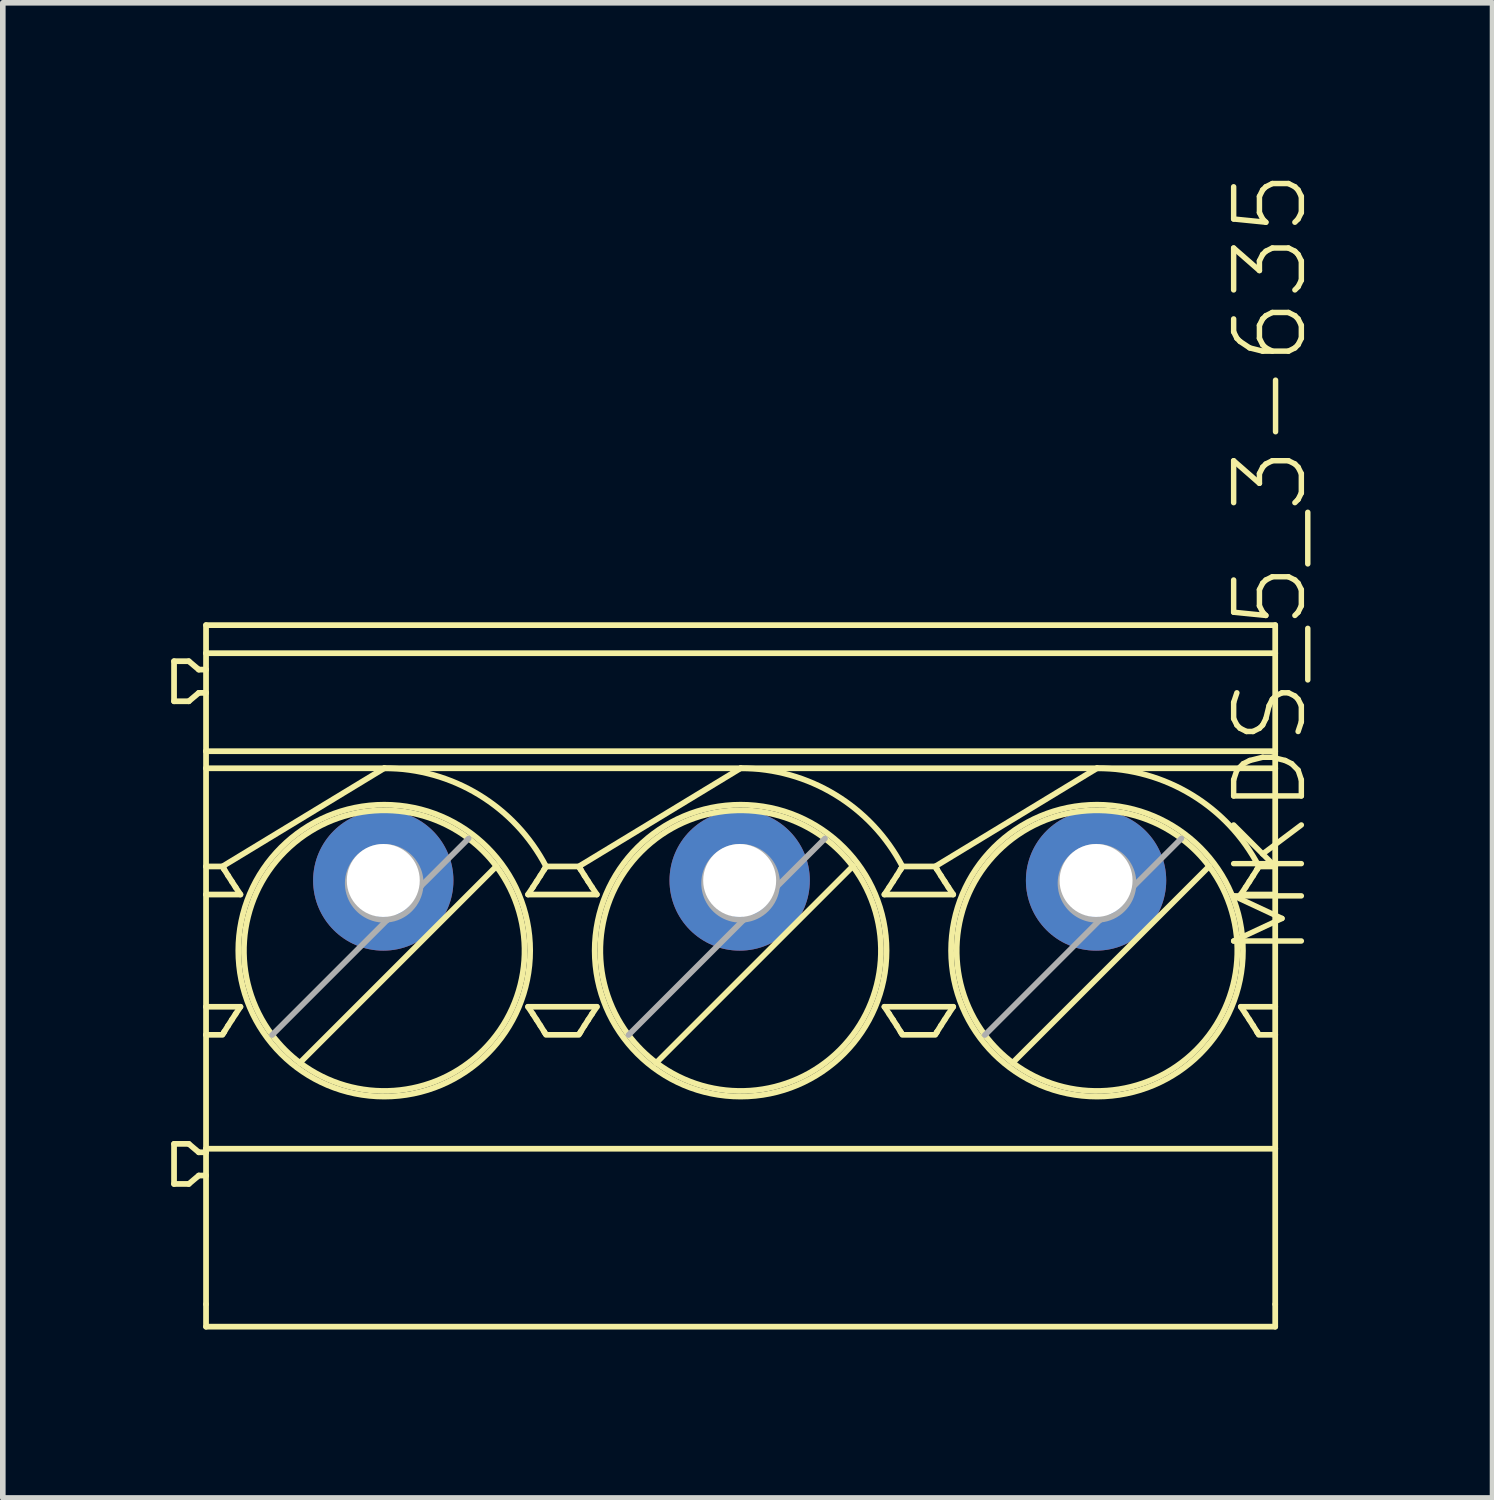
<source format=kicad_pcb>
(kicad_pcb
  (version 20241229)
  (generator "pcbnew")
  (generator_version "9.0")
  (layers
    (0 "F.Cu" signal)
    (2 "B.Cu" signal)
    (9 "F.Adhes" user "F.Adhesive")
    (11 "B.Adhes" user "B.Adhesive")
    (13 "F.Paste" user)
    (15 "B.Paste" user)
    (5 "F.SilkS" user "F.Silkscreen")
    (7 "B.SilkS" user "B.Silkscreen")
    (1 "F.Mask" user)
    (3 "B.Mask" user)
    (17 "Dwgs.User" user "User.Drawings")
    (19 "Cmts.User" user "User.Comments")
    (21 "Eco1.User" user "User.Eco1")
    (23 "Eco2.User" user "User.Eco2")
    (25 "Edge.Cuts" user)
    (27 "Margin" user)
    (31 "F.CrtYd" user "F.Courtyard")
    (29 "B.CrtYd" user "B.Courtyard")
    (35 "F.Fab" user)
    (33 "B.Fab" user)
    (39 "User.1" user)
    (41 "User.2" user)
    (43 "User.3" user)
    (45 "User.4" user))
  (footprint "MKDS_5_3-635"
    (layer "F.Cu")
    (at 10.129 12.638)
    (property "Reference" "MKDS_5_3-635" (at 10.16 1.429 270) (layer "F.SilkS") (effects (font (size 1.206 1.206) (thickness 0.097)) (justify left bottom)))
    (attr through_hole)
    (fp_line (start -10.078 -3.907) (end -10.078 -3.193) (stroke (width 0.102) (type solid)) (layer "F.SilkS"))
    (fp_line (start -10.078 -3.193) (end -9.815 -3.193) (stroke (width 0.102) (type solid)) (layer "F.SilkS"))
    (fp_line (start -10.078 4.693) (end -10.078 5.407) (stroke (width 0.102) (type solid)) (layer "F.SilkS"))
    (fp_line (start -10.078 5.407) (end -9.815 5.407) (stroke (width 0.102) (type solid)) (layer "F.SilkS"))
    (fp_line (start -9.815 -3.907) (end -10.078 -3.907) (stroke (width 0.102) (type solid)) (layer "F.SilkS"))
    (fp_line (start -9.815 -3.193) (end -9.637 -3.343) (stroke (width 0.102) (type solid)) (layer "F.SilkS"))
    (fp_line (start -9.815 4.693) (end -10.078 4.693) (stroke (width 0.102) (type solid)) (layer "F.SilkS"))
    (fp_line (start -9.815 5.407) (end -9.637 5.257) (stroke (width 0.102) (type solid)) (layer "F.SilkS"))
    (fp_line (start -9.637 -3.757) (end -9.815 -3.907) (stroke (width 0.102) (type solid)) (layer "F.SilkS"))
    (fp_line (start -9.637 -3.343) (end -9.508 -3.343) (stroke (width 0.102) (type solid)) (layer "F.SilkS"))
    (fp_line (start -9.637 4.843) (end -9.815 4.693) (stroke (width 0.102) (type solid)) (layer "F.SilkS"))
    (fp_line (start -9.637 5.257) (end -9.508 5.257) (stroke (width 0.102) (type solid)) (layer "F.SilkS"))
    (fp_line (start -9.508 -4.05) (end -9.508 -4.55) (stroke (width 0.102) (type solid)) (layer "F.SilkS"))
    (fp_line (start -9.508 -3.757) (end -9.637 -3.757) (stroke (width 0.102) (type solid)) (layer "F.SilkS"))
    (fp_line (start -9.508 -3.757) (end -9.508 -4.05) (stroke (width 0.102) (type solid)) (layer "F.SilkS"))
    (fp_line (start -9.508 -3.343) (end -9.508 -3.757) (stroke (width 0.102) (type solid)) (layer "F.SilkS"))
    (fp_line (start -9.508 -2.304) (end -9.508 -3.343) (stroke (width 0.102) (type solid)) (layer "F.SilkS"))
    (fp_line (start -9.508 -2.304) (end -9.508 -2) (stroke (width 0.102) (type solid)) (layer "F.SilkS"))
    (fp_line (start -9.508 -2.304) (end 9.542 -2.304) (stroke (width 0.102) (type solid)) (layer "F.SilkS"))
    (fp_line (start -9.508 -2) (end -9.508 -0.25) (stroke (width 0.102) (type solid)) (layer "F.SilkS"))
    (fp_line (start -9.508 -2) (end -6.333 -2) (stroke (width 0.102) (type solid)) (layer "F.SilkS"))
    (fp_line (start -9.508 -0.25) (end -9.508 0.25) (stroke (width 0.102) (type solid)) (layer "F.SilkS"))
    (fp_line (start -9.508 -0.25) (end -9.216 -0.25) (stroke (width 0.102) (type solid)) (layer "F.SilkS"))
    (fp_line (start -9.508 0.25) (end -9.508 2.25) (stroke (width 0.102) (type solid)) (layer "F.SilkS"))
    (fp_line (start -9.508 0.25) (end -8.895 0.25) (stroke (width 0.102) (type solid)) (layer "F.SilkS"))
    (fp_line (start -9.508 2.25) (end -9.508 2.75) (stroke (width 0.102) (type solid)) (layer "F.SilkS"))
    (fp_line (start -9.508 2.75) (end -9.508 4.779) (stroke (width 0.102) (type solid)) (layer "F.SilkS"))
    (fp_line (start -9.508 4.779) (end -9.508 4.843) (stroke (width 0.102) (type solid)) (layer "F.SilkS"))
    (fp_line (start -9.508 4.843) (end -9.637 4.843) (stroke (width 0.102) (type solid)) (layer "F.SilkS"))
    (fp_line (start -9.508 4.843) (end -9.508 5.257) (stroke (width 0.102) (type solid)) (layer "F.SilkS"))
    (fp_line (start -9.508 5.257) (end -9.508 7.55) (stroke (width 0.102) (type solid)) (layer "F.SilkS"))
    (fp_line (start -9.508 7.55) (end -9.508 7.95) (stroke (width 0.102) (type solid)) (layer "F.SilkS"))
    (fp_line (start -9.508 7.95) (end 9.542 7.95) (stroke (width 0.102) (type solid)) (layer "F.SilkS"))
    (fp_line (start -9.216 2.75) (end -9.508 2.75) (stroke (width 0.102) (type solid)) (layer "F.SilkS"))
    (fp_line (start -9.205 -0.232) (end -9.193 -0.212) (stroke (width 0.102) (type solid)) (layer "F.SilkS"))
    (fp_line (start -9.193 -0.212) (end -9.181 -0.192) (stroke (width 0.102) (type solid)) (layer "F.SilkS"))
    (fp_line (start -9.193 2.712) (end -9.205 2.732) (stroke (width 0.102) (type solid)) (layer "F.SilkS"))
    (fp_line (start -9.181 2.692) (end -9.193 2.712) (stroke (width 0.102) (type solid)) (layer "F.SilkS"))
    (fp_line (start -9.115 -0.087) (end -9.048 0.018) (stroke (width 0.102) (type solid)) (layer "F.SilkS"))
    (fp_line (start -9.048 2.482) (end -9.115 2.587) (stroke (width 0.102) (type solid)) (layer "F.SilkS"))
    (fp_line (start -9.048 0.018) (end -8.981 0.121) (stroke (width 0.102) (type solid)) (layer "F.SilkS"))
    (fp_line (start -8.981 2.379) (end -9.048 2.482) (stroke (width 0.102) (type solid)) (layer "F.SilkS"))
    (fp_line (start -8.895 2.25) (end -9.508 2.25) (stroke (width 0.102) (type solid)) (layer "F.SilkS"))
    (fp_line (start -8.331 2.753) (end -8.331 2.753) (stroke (width 0.102) (type solid)) (layer "F.SilkS"))
    (fp_line (start -6.333 -2) (end -9.216 -0.25) (stroke (width 0.102) (type solid)) (layer "F.SilkS"))
    (fp_line (start -6.333 -2) (end 0.017 -2) (stroke (width 0.102) (type solid)) (layer "F.SilkS"))
    (fp_line (start -4.335 -0.253) (end -7.836 3.248) (stroke (width 0.102) (type solid)) (layer "F.SilkS"))
    (fp_line (start -3.771 0.25) (end -2.545 0.25) (stroke (width 0.102) (type solid)) (layer "F.SilkS"))
    (fp_line (start -3.685 0.121) (end -3.618 0.018) (stroke (width 0.102) (type solid)) (layer "F.SilkS"))
    (fp_line (start -3.618 0.018) (end -3.551 -0.087) (stroke (width 0.102) (type solid)) (layer "F.SilkS"))
    (fp_line (start -3.618 2.482) (end -3.685 2.379) (stroke (width 0.102) (type solid)) (layer "F.SilkS"))
    (fp_line (start -3.551 2.587) (end -3.618 2.482) (stroke (width 0.102) (type solid)) (layer "F.SilkS"))
    (fp_line (start -3.485 -0.192) (end -3.473 -0.212) (stroke (width 0.102) (type solid)) (layer "F.SilkS"))
    (fp_line (start -3.473 2.712) (end -3.485 2.692) (stroke (width 0.102) (type solid)) (layer "F.SilkS"))
    (fp_line (start -3.473 -0.212) (end -3.461 -0.232) (stroke (width 0.102) (type solid)) (layer "F.SilkS"))
    (fp_line (start -3.461 2.732) (end -3.473 2.712) (stroke (width 0.102) (type solid)) (layer "F.SilkS"))
    (fp_line (start -3.45 -0.25) (end -2.866 -0.25) (stroke (width 0.102) (type solid)) (layer "F.SilkS"))
    (fp_line (start -2.866 2.75) (end -3.45 2.75) (stroke (width 0.102) (type solid)) (layer "F.SilkS"))
    (fp_line (start -2.855 -0.232) (end -2.843 -0.212) (stroke (width 0.102) (type solid)) (layer "F.SilkS"))
    (fp_line (start -2.843 -0.212) (end -2.831 -0.192) (stroke (width 0.102) (type solid)) (layer "F.SilkS"))
    (fp_line (start -2.843 2.712) (end -2.855 2.732) (stroke (width 0.102) (type solid)) (layer "F.SilkS"))
    (fp_line (start -2.831 2.692) (end -2.843 2.712) (stroke (width 0.102) (type solid)) (layer "F.SilkS"))
    (fp_line (start -2.765 -0.087) (end -2.698 0.018) (stroke (width 0.102) (type solid)) (layer "F.SilkS"))
    (fp_line (start -2.698 0.018) (end -2.631 0.121) (stroke (width 0.102) (type solid)) (layer "F.SilkS"))
    (fp_line (start -2.698 2.482) (end -2.765 2.587) (stroke (width 0.102) (type solid)) (layer "F.SilkS"))
    (fp_line (start -2.631 2.379) (end -2.698 2.482) (stroke (width 0.102) (type solid)) (layer "F.SilkS"))
    (fp_line (start -2.545 2.25) (end -3.771 2.25) (stroke (width 0.102) (type solid)) (layer "F.SilkS"))
    (fp_line (start 0.017 -2) (end -2.866 -0.25) (stroke (width 0.102) (type solid)) (layer "F.SilkS"))
    (fp_line (start 0.017 -2) (end 6.367 -2) (stroke (width 0.102) (type solid)) (layer "F.SilkS"))
    (fp_line (start 2.015 -0.253) (end -1.486 3.248) (stroke (width 0.102) (type solid)) (layer "F.SilkS"))
    (fp_line (start 2.015 -0.253) (end 2.015 -0.253) (stroke (width 0.102) (type solid)) (layer "F.SilkS"))
    (fp_line (start 2.579 0.25) (end 3.805 0.25) (stroke (width 0.102) (type solid)) (layer "F.SilkS"))
    (fp_line (start 2.665 0.121) (end 2.732 0.018) (stroke (width 0.102) (type solid)) (layer "F.SilkS"))
    (fp_line (start 2.732 0.018) (end 2.799 -0.087) (stroke (width 0.102) (type solid)) (layer "F.SilkS"))
    (fp_line (start 2.732 2.482) (end 2.665 2.379) (stroke (width 0.102) (type solid)) (layer "F.SilkS"))
    (fp_line (start 2.799 2.587) (end 2.732 2.482) (stroke (width 0.102) (type solid)) (layer "F.SilkS"))
    (fp_line (start 2.865 -0.192) (end 2.877 -0.212) (stroke (width 0.102) (type solid)) (layer "F.SilkS"))
    (fp_line (start 2.877 -0.212) (end 2.889 -0.232) (stroke (width 0.102) (type solid)) (layer "F.SilkS"))
    (fp_line (start 2.877 2.712) (end 2.865 2.692) (stroke (width 0.102) (type solid)) (layer "F.SilkS"))
    (fp_line (start 2.889 2.732) (end 2.877 2.712) (stroke (width 0.102) (type solid)) (layer "F.SilkS"))
    (fp_line (start 2.9 -0.25) (end 3.484 -0.25) (stroke (width 0.102) (type solid)) (layer "F.SilkS"))
    (fp_line (start 3.484 2.75) (end 2.9 2.75) (stroke (width 0.102) (type solid)) (layer "F.SilkS"))
    (fp_line (start 3.495 -0.232) (end 3.507 -0.212) (stroke (width 0.102) (type solid)) (layer "F.SilkS"))
    (fp_line (start 3.495 2.732) (end 3.507 2.712) (stroke (width 0.102) (type solid)) (layer "F.SilkS"))
    (fp_line (start 3.507 -0.212) (end 3.519 -0.192) (stroke (width 0.102) (type solid)) (layer "F.SilkS"))
    (fp_line (start 3.507 2.712) (end 3.519 2.692) (stroke (width 0.102) (type solid)) (layer "F.SilkS"))
    (fp_line (start 3.585 -0.087) (end 3.652 0.018) (stroke (width 0.102) (type solid)) (layer "F.SilkS"))
    (fp_line (start 3.585 2.587) (end 3.652 2.482) (stroke (width 0.102) (type solid)) (layer "F.SilkS"))
    (fp_line (start 3.652 2.482) (end 3.719 2.379) (stroke (width 0.102) (type solid)) (layer "F.SilkS"))
    (fp_line (start 3.652 0.018) (end 3.719 0.121) (stroke (width 0.102) (type solid)) (layer "F.SilkS"))
    (fp_line (start 3.805 2.25) (end 2.579 2.25) (stroke (width 0.102) (type solid)) (layer "F.SilkS"))
    (fp_line (start 6.367 -2) (end 3.484 -0.25) (stroke (width 0.102) (type solid)) (layer "F.SilkS"))
    (fp_line (start 6.367 -2) (end 9.542 -2) (stroke (width 0.102) (type solid)) (layer "F.SilkS"))
    (fp_line (start 8.365 -0.253) (end 4.864 3.248) (stroke (width 0.102) (type solid)) (layer "F.SilkS"))
    (fp_line (start 8.365 -0.253) (end 8.365 -0.253) (stroke (width 0.102) (type solid)) (layer "F.SilkS"))
    (fp_line (start 8.929 0.25) (end 9.542 0.25) (stroke (width 0.102) (type solid)) (layer "F.SilkS"))
    (fp_line (start 9.015 0.121) (end 9.082 0.018) (stroke (width 0.102) (type solid)) (layer "F.SilkS"))
    (fp_line (start 9.015 2.379) (end 9.082 2.482) (stroke (width 0.102) (type solid)) (layer "F.SilkS"))
    (fp_line (start 9.082 2.482) (end 9.149 2.587) (stroke (width 0.102) (type solid)) (layer "F.SilkS"))
    (fp_line (start 9.082 0.018) (end 9.149 -0.087) (stroke (width 0.102) (type solid)) (layer "F.SilkS"))
    (fp_line (start 9.215 -0.192) (end 9.227 -0.212) (stroke (width 0.102) (type solid)) (layer "F.SilkS"))
    (fp_line (start 9.215 2.692) (end 9.227 2.712) (stroke (width 0.102) (type solid)) (layer "F.SilkS"))
    (fp_line (start 9.227 2.712) (end 9.239 2.732) (stroke (width 0.102) (type solid)) (layer "F.SilkS"))
    (fp_line (start 9.227 -0.212) (end 9.239 -0.232) (stroke (width 0.102) (type solid)) (layer "F.SilkS"))
    (fp_line (start 9.25 -0.25) (end 9.542 -0.25) (stroke (width 0.102) (type solid)) (layer "F.SilkS"))
    (fp_line (start 9.542 -4.55) (end -9.508 -4.55) (stroke (width 0.102) (type solid)) (layer "F.SilkS"))
    (fp_line (start 9.542 -4.05) (end -9.508 -4.05) (stroke (width 0.102) (type solid)) (layer "F.SilkS"))
    (fp_line (start 9.542 -4.05) (end 9.542 -4.55) (stroke (width 0.102) (type solid)) (layer "F.SilkS"))
    (fp_line (start 9.542 -4.05) (end 9.542 -2.304) (stroke (width 0.102) (type solid)) (layer "F.SilkS"))
    (fp_line (start 9.542 -2) (end 9.542 -2.304) (stroke (width 0.102) (type solid)) (layer "F.SilkS"))
    (fp_line (start 9.542 -0.25) (end 9.542 -2) (stroke (width 0.102) (type solid)) (layer "F.SilkS"))
    (fp_line (start 9.542 0.25) (end 9.542 -0.25) (stroke (width 0.102) (type solid)) (layer "F.SilkS"))
    (fp_line (start 9.542 2.25) (end 8.929 2.25) (stroke (width 0.102) (type solid)) (layer "F.SilkS"))
    (fp_line (start 9.542 2.25) (end 9.542 0.25) (stroke (width 0.102) (type solid)) (layer "F.SilkS"))
    (fp_line (start 9.542 2.75) (end 9.25 2.75) (stroke (width 0.102) (type solid)) (layer "F.SilkS"))
    (fp_line (start 9.542 2.75) (end 9.542 2.25) (stroke (width 0.102) (type solid)) (layer "F.SilkS"))
    (fp_line (start 9.542 4.779) (end -9.508 4.779) (stroke (width 0.102) (type solid)) (layer "F.SilkS"))
    (fp_line (start 9.542 4.779) (end 9.542 2.75) (stroke (width 0.102) (type solid)) (layer "F.SilkS"))
    (fp_line (start 9.542 7.55) (end 9.542 4.779) (stroke (width 0.102) (type solid)) (layer "F.SilkS"))
    (fp_line (start 9.542 7.55) (end 9.542 7.95) (stroke (width 0.102) (type solid)) (layer "F.SilkS"))
    (fp_arc (start -9.181 2.6924) (mid -9.148339 2.639564) (end -9.1154 2.5869) (stroke (width 0.1016) (type solid)) (layer "F.SilkS"))
    (fp_arc (start -9.1154 -0.0869) (mid -9.148337 -0.139565) (end -9.181 -0.1924) (stroke (width 0.1016) (type solid)) (layer "F.SilkS"))
    (fp_arc (start -8.9814 2.379) (mid -8.9383 2.314332) (end -8.8947 2.25) (stroke (width 0.1016) (type solid)) (layer "F.SilkS"))
    (fp_arc (start -8.8947 0.25) (mid -8.938297 0.185666) (end -8.9814 0.121) (stroke (width 0.1016) (type solid)) (layer "F.SilkS"))
    (fp_arc (start -8.3307 2.752798) (mid -8.100611 -0.517713) (end -4.8301 -0.7478) (stroke (width 0.1016) (type solid)) (layer "F.SilkS"))
    (fp_arc (start -7.8358 3.2479) (mid -8.100712 3.017812) (end -8.3308 2.7529) (stroke (width 0.1016) (type solid)) (layer "F.SilkS"))
    (fp_arc (start -6.332999 -1.999999) (mid -4.646615 -1.528293) (end -3.4498 -0.25) (stroke (width 0.1016) (type solid)) (layer "F.SilkS"))
    (fp_arc (start -4.8301 -0.7478) (mid -4.565192 -0.517762) (end -4.3351 -0.2529) (stroke (width 0.1016) (type solid)) (layer "F.SilkS"))
    (fp_arc (start -4.3351 -0.252902) (mid -4.56523 3.017668) (end -7.8358 3.2478) (stroke (width 0.1016) (type solid)) (layer "F.SilkS"))
    (fp_arc (start -3.7712 2.25) (mid -3.727653 2.314334) (end -3.6846 2.379) (stroke (width 0.1016) (type solid)) (layer "F.SilkS"))
    (fp_arc (start -3.6846 0.121) (mid -3.727651 0.185667) (end -3.7712 0.25) (stroke (width 0.1016) (type solid)) (layer "F.SilkS"))
    (fp_arc (start -3.5506 2.5869) (mid -3.517663 2.639565) (end -3.485 2.6924) (stroke (width 0.1016) (type solid)) (layer "F.SilkS"))
    (fp_arc (start -3.485 -0.1924) (mid -3.517662 -0.139564) (end -3.5506 -0.0869) (stroke (width 0.1016) (type solid)) (layer "F.SilkS"))
    (fp_arc (start -2.831 2.6924) (mid -2.798338 2.639564) (end -2.7654 2.5869) (stroke (width 0.1016) (type solid)) (layer "F.SilkS"))
    (fp_arc (start -2.7654 -0.0869) (mid -2.798337 -0.139565) (end -2.831 -0.1924) (stroke (width 0.1016) (type solid)) (layer "F.SilkS"))
    (fp_arc (start -2.6314 2.379) (mid -2.5883 2.314332) (end -2.5447 2.25) (stroke (width 0.1016) (type solid)) (layer "F.SilkS"))
    (fp_arc (start -2.5447 0.25) (mid -2.588297 0.185666) (end -2.6314 0.121) (stroke (width 0.1016) (type solid)) (layer "F.SilkS"))
    (fp_arc (start -1.9808 2.7529) (mid -1.750841 -0.517841) (end 1.5199 -0.7478) (stroke (width 0.1016) (type solid)) (layer "F.SilkS"))
    (fp_arc (start -1.4858 3.2478) (mid -1.750708 3.017762) (end -1.9808 2.7529) (stroke (width 0.1016) (type solid)) (layer "F.SilkS"))
    (fp_arc (start 0.017 -2.0001) (mid 1.703394 -1.528336) (end 2.9002 -0.25) (stroke (width 0.1016) (type solid)) (layer "F.SilkS"))
    (fp_arc (start 1.5199 -0.7479) (mid 1.784812 -0.517812) (end 2.0149 -0.2529) (stroke (width 0.1016) (type solid)) (layer "F.SilkS"))
    (fp_arc (start 2.0148 -0.2528) (mid 1.784712 3.017712) (end -1.4858 3.2478) (stroke (width 0.1016) (type solid)) (layer "F.SilkS"))
    (fp_arc (start 2.5788 2.25) (mid 2.622347 2.314334) (end 2.6654 2.379) (stroke (width 0.1016) (type solid)) (layer "F.SilkS"))
    (fp_arc (start 2.6654 0.121) (mid 2.62235 0.185668) (end 2.5788 0.25) (stroke (width 0.1016) (type solid)) (layer "F.SilkS"))
    (fp_arc (start 2.7994 2.5869) (mid 2.832337 2.639565) (end 2.865 2.6924) (stroke (width 0.1016) (type solid)) (layer "F.SilkS"))
    (fp_arc (start 2.865 -0.1924) (mid 2.832338 -0.139564) (end 2.7994 -0.0869) (stroke (width 0.1016) (type solid)) (layer "F.SilkS"))
    (fp_arc (start 3.519 2.6924) (mid 3.551663 2.639565) (end 3.5846 2.5869) (stroke (width 0.1016) (type solid)) (layer "F.SilkS"))
    (fp_arc (start 3.5846 -0.0869) (mid 3.551663 -0.139565) (end 3.519 -0.1924) (stroke (width 0.1016) (type solid)) (layer "F.SilkS"))
    (fp_arc (start 3.7186 2.379) (mid 3.761703 2.314334) (end 3.8053 2.25) (stroke (width 0.1016) (type solid)) (layer "F.SilkS"))
    (fp_arc (start 3.8053 0.25) (mid 3.761703 0.185666) (end 3.7186 0.121) (stroke (width 0.1016) (type solid)) (layer "F.SilkS"))
    (fp_arc (start 4.3692 2.7529) (mid 4.599159 -0.517841) (end 7.8699 -0.7478) (stroke (width 0.1016) (type solid)) (layer "F.SilkS"))
    (fp_arc (start 4.8642 3.2478) (mid 4.599292 3.017762) (end 4.3692 2.7529) (stroke (width 0.1016) (type solid)) (layer "F.SilkS"))
    (fp_arc (start 6.367 -2.0001) (mid 8.053394 -1.528336) (end 9.2502 -0.25) (stroke (width 0.1016) (type solid)) (layer "F.SilkS"))
    (fp_arc (start 7.8699 -0.7479) (mid 8.134812 -0.517812) (end 8.3649 -0.2529) (stroke (width 0.1016) (type solid)) (layer "F.SilkS"))
    (fp_arc (start 8.3648 -0.2528) (mid 8.134712 3.017712) (end 4.8642 3.2478) (stroke (width 0.1016) (type solid)) (layer "F.SilkS"))
    (fp_arc (start 8.9288 2.25) (mid 8.97235 2.314332) (end 9.0154 2.379) (stroke (width 0.1016) (type solid)) (layer "F.SilkS"))
    (fp_arc (start 9.0154 0.121) (mid 8.972349 0.185667) (end 8.9288 0.25) (stroke (width 0.1016) (type solid)) (layer "F.SilkS"))
    (fp_arc (start 9.1494 2.5869) (mid 9.182339 2.639564) (end 9.215 2.6924) (stroke (width 0.1016) (type solid)) (layer "F.SilkS"))
    (fp_arc (start 9.215 -0.1924) (mid 9.182338 -0.139564) (end 9.1494 -0.0869) (stroke (width 0.1016) (type solid)) (layer "F.SilkS"))
    (fp_circle (center -6.333 1.25) (end -3.733 1.25) (stroke (width 0.102) (type solid)) (fill no) (layer "F.SilkS"))
    (fp_circle (center 0.017 1.25) (end 2.617 1.25) (stroke (width 0.102) (type solid)) (fill no) (layer "F.SilkS"))
    (fp_circle (center 6.367 1.25) (end 8.967 1.25) (stroke (width 0.102) (type solid)) (fill no) (layer "F.SilkS"))
    (fp_line (start -8.331 2.753) (end -6.275 0.697) (stroke (width 0.102) (type solid)) (layer "F.Fab"))
    (fp_line (start -6.275 0.697) (end -5.686 0.108) (stroke (width 0.102) (type solid)) (layer "F.Fab"))
    (fp_line (start -5.686 0.108) (end -4.83 -0.748) (stroke (width 0.102) (type solid)) (layer "F.Fab"))
    (fp_line (start -1.981 2.753) (end 0.075 0.697) (stroke (width 0.102) (type solid)) (layer "F.Fab"))
    (fp_line (start 0.075 0.697) (end 0.664 0.108) (stroke (width 0.102) (type solid)) (layer "F.Fab"))
    (fp_line (start 0.664 0.108) (end 1.52 -0.748) (stroke (width 0.102) (type solid)) (layer "F.Fab"))
    (fp_line (start 4.369 2.753) (end 6.425 0.697) (stroke (width 0.102) (type solid)) (layer "F.Fab"))
    (fp_line (start 6.425 0.697) (end 7.014 0.108) (stroke (width 0.102) (type solid)) (layer "F.Fab"))
    (fp_line (start 7.014 0.108) (end 7.87 -0.748) (stroke (width 0.102) (type solid)) (layer "F.Fab"))
    (fp_arc (start -6.275401 0.697399) (mid -6.792433 -0.409623) (end -5.6855 0.1076) (stroke (width 0.1016) (type solid)) (layer "F.Fab"))
    (fp_arc (start -5.685599 0.107599) (mid -5.87341 0.509589) (end -6.2754 0.6974) (stroke (width 0.1016) (type solid)) (layer "F.Fab"))
    (fp_arc (start 0.074598 0.6975) (mid -0.442661 -0.409662) (end 0.6645 0.1076) (stroke (width 0.1016) (type solid)) (layer "F.Fab"))
    (fp_arc (start 0.6644 0.107598) (mid 0.47659 0.509588) (end 0.0746 0.6974) (stroke (width 0.1016) (type solid)) (layer "F.Fab"))
    (fp_arc (start 6.424598 0.6975) (mid 5.907339 -0.409662) (end 7.0145 0.1076) (stroke (width 0.1016) (type solid)) (layer "F.Fab"))
    (fp_arc (start 7.0144 0.107598) (mid 6.82659 0.509588) (end 6.4246 0.6974) (stroke (width 0.1016) (type solid)) (layer "F.Fab"))
    (pad "1" thru_hole circle (at -6.35 0) (size 2.5 2.5) (drill 1.3) (layers "*.Cu" "*.Mask"))
    (pad "2" thru_hole circle (at 0 0) (size 2.5 2.5) (drill 1.3) (layers "*.Cu" "*.Mask"))
    (pad "3" thru_hole circle (at 6.35 0) (size 2.5 2.5) (drill 1.3) (layers "*.Cu" "*.Mask")))
  (gr_rect
    (start -3 -3)
    (end 23.543 23.639)
    (stroke (width 0.1) (type default))
    (fill no)
    (layer "Edge.Cuts")))
</source>
